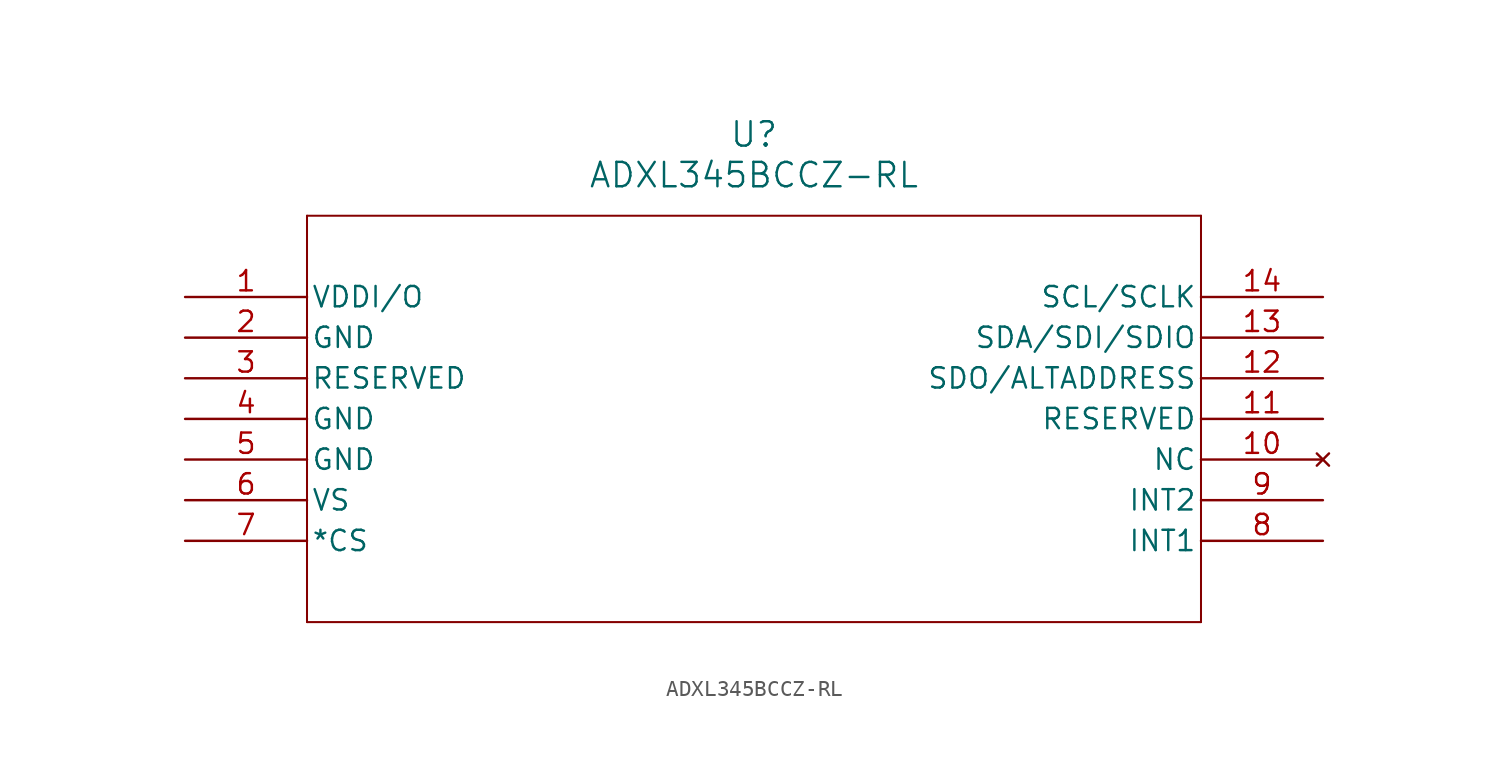
<source format=kicad_sym>
(kicad_symbol_lib
  (version 20211014)
  (generator kicad_symbol_editor)
  (symbol "ADXL345BCCZ-RL"
    (pin_names
      (offset 0.254))
    (property "Reference" "U"
      (at 35.56 10.16 0)
      (effects (font (size 1.524 1.524))))
    (property "Value" "ADXL345BCCZ-RL"
      (at 35.56 7.62 0)
      (effects (font (size 1.524 1.524))))
    (symbol "ADXL345BCCZ-RL_0_1"
      (polyline (pts (xy 7.62 5.08) (xy 7.62 -20.32)) (stroke (width 0.127) (type default) (color 0 0 0 0)) (fill (type none)))
      (polyline (pts (xy 7.62 -20.32) (xy 63.5 -20.32)) (stroke (width 0.127) (type default) (color 0 0 0 0)) (fill (type none)))
      (polyline (pts (xy 63.5 -20.32) (xy 63.5 5.08)) (stroke (width 0.127) (type default) (color 0 0 0 0)) (fill (type none)))
      (polyline (pts (xy 63.5 5.08) (xy 7.62 5.08)) (stroke (width 0.127) (type default) (color 0 0 0 0)) (fill (type none)))
      (pin power_in line (at 0 0 0) (length 7.62) (name "VDDI/O" (effects (font (size 1.27 1.27)))) (number "1" (effects (font (size 1.27 1.27)))))
      (pin power_out line (at 0 -2.54 0) (length 7.62) (name "GND" (effects (font (size 1.27 1.27)))) (number "2" (effects (font (size 1.27 1.27)))))
      (pin unspecified line (at 0 -5.08 0) (length 7.62) (name "RESERVED" (effects (font (size 1.27 1.27)))) (number "3" (effects (font (size 1.27 1.27)))))
      (pin power_out line (at 0 -7.62 0) (length 7.62) (name "GND" (effects (font (size 1.27 1.27)))) (number "4" (effects (font (size 1.27 1.27)))))
      (pin power_out line (at 0 -10.16 0) (length 7.62) (name "GND" (effects (font (size 1.27 1.27)))) (number "5" (effects (font (size 1.27 1.27)))))
      (pin unspecified line (at 0 -12.7 0) (length 7.62) (name "VS" (effects (font (size 1.27 1.27)))) (number "6" (effects (font (size 1.27 1.27)))))
      (pin unspecified line (at 0 -15.24 0) (length 7.62) (name "*CS" (effects (font (size 1.27 1.27)))) (number "7" (effects (font (size 1.27 1.27)))))
      (pin bidirectional line (at 71.12 -15.24 180) (length 7.62) (name "INT1" (effects (font (size 1.27 1.27)))) (number "8" (effects (font (size 1.27 1.27)))))
      (pin bidirectional line (at 71.12 -12.7 180) (length 7.62) (name "INT2" (effects (font (size 1.27 1.27)))) (number "9" (effects (font (size 1.27 1.27)))))
      (pin no_connect line (at 71.12 -10.16 180) (length 7.62) (name "NC" (effects (font (size 1.27 1.27)))) (number "10" (effects (font (size 1.27 1.27)))))
      (pin unspecified line (at 71.12 -7.62 180) (length 7.62) (name "RESERVED" (effects (font (size 1.27 1.27)))) (number "11" (effects (font (size 1.27 1.27)))))
      (pin unspecified line (at 71.12 -5.08 180) (length 7.62) (name "SDO/ALTADDRESS" (effects (font (size 1.27 1.27)))) (number "12" (effects (font (size 1.27 1.27)))))
      (pin unspecified line (at 71.12 -2.54 180) (length 7.62) (name "SDA/SDI/SDIO" (effects (font (size 1.27 1.27)))) (number "13" (effects (font (size 1.27 1.27)))))
      (pin unspecified line (at 71.12 0 180) (length 7.62) (name "SCL/SCLK" (effects (font (size 1.27 1.27)))) (number "14" (effects (font (size 1.27 1.27))))))))
</source>
